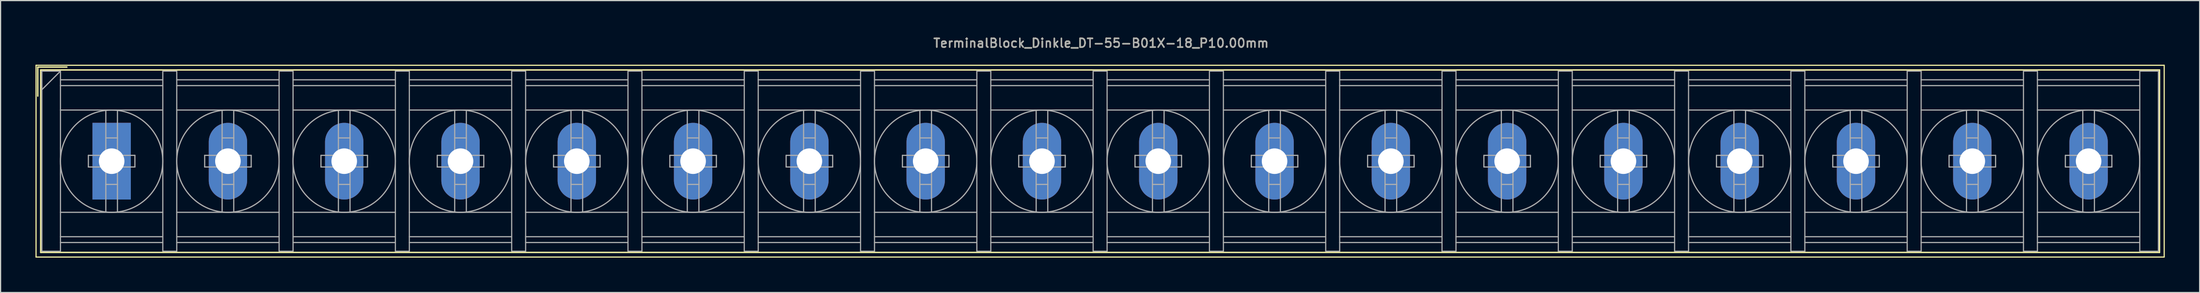
<source format=kicad_pcb>
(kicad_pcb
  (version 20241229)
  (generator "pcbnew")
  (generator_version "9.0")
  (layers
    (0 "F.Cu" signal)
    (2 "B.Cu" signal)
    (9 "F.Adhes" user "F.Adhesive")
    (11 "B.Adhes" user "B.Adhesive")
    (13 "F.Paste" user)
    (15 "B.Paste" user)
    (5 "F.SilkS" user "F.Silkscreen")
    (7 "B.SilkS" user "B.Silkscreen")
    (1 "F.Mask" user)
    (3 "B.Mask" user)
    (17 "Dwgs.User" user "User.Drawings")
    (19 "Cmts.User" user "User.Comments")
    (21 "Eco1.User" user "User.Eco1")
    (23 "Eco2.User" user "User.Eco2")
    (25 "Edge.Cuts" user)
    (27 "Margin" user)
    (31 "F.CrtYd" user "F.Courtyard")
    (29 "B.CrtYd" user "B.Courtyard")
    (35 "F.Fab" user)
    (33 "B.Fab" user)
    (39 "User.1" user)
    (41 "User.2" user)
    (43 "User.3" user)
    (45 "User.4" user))
  (footprint "TerminalBlock_Dinkle_DT-55-B01X-18_P10.00mm"
    (layer "F.Cu")
    (at 6.55 10.818)
    (property "Reference" "TerminalBlock_Dinkle_DT-55-B01X-18_P10.00mm" (at 85.08 -10.16 0) (layer "F.SilkS") (effects (font (size 0.75 0.75) (thickness 0.125))))
    (attr through_hole)
    (fp_line (start -6.5 -8.25) (end 176.5 -8.25) (stroke (width 0.1) (type solid)) (layer "F.SilkS"))
    (fp_line (start -6.5 8.25) (end -6.5 -8.25) (stroke (width 0.1) (type solid)) (layer "F.SilkS"))
    (fp_line (start -6.5 8.25) (end 176.5 8.25) (stroke (width 0.1) (type solid)) (layer "F.SilkS"))
    (fp_line (start -6.35 -8.1) (end -3.85 -8.1) (stroke (width 0.12) (type solid)) (layer "F.SilkS"))
    (fp_line (start -6.35 -5.6) (end -6.35 -8.1) (stroke (width 0.12) (type solid)) (layer "F.SilkS"))
    (fp_line (start -6.1 -7.85) (end 176.1 -7.85) (stroke (width 0.12) (type solid)) (layer "F.SilkS"))
    (fp_line (start -6.1 7.85) (end -6.1 -7.85) (stroke (width 0.12) (type solid)) (layer "F.SilkS"))
    (fp_line (start -6.1 7.85) (end 176.1 7.85) (stroke (width 0.12) (type solid)) (layer "F.SilkS"))
    (fp_line (start 176.1 -7.85) (end 176.1 7.85) (stroke (width 0.12) (type solid)) (layer "F.SilkS"))
    (fp_line (start 176.5 -8.25) (end 176.5 8.25) (stroke (width 0.1) (type solid)) (layer "F.SilkS"))
    (fp_line (start -6 -7.75) (end -6 7.75) (stroke (width 0.1) (type solid)) (layer "F.Fab"))
    (fp_line (start -6 -7.75) (end -4.4 -7.75) (stroke (width 0.1) (type solid)) (layer "F.Fab"))
    (fp_line (start -6 7.75) (end -4.4 7.75) (stroke (width 0.1) (type solid)) (layer "F.Fab"))
    (fp_line (start -4.4 -7.75) (end -6 -6.15) (stroke (width 0.1) (type solid)) (layer "F.Fab"))
    (fp_line (start -4.4 -7.75) (end -4.4 7.75) (stroke (width 0.1) (type solid)) (layer "F.Fab"))
    (fp_line (start -4.4 -7) (end 4.4 -7) (stroke (width 0.1) (type solid)) (layer "F.Fab"))
    (fp_line (start -4.4 -6.5) (end 4.4 -6.5) (stroke (width 0.1) (type solid)) (layer "F.Fab"))
    (fp_line (start -4.4 -4.4) (end 4.4 -4.4) (stroke (width 0.1) (type solid)) (layer "F.Fab"))
    (fp_line (start -4.4 4.4) (end 4.4 4.4) (stroke (width 0.1) (type solid)) (layer "F.Fab"))
    (fp_line (start -4.4 6.5) (end 4.4 6.5) (stroke (width 0.1) (type solid)) (layer "F.Fab"))
    (fp_line (start -4.4 7) (end 4.4 7) (stroke (width 0.1) (type solid)) (layer "F.Fab"))
    (fp_line (start -2 -0.5) (end -2 0.5) (stroke (width 0.1) (type solid)) (layer "F.Fab"))
    (fp_line (start -2 0.5) (end -0.5 0.5) (stroke (width 0.1) (type solid)) (layer "F.Fab"))
    (fp_line (start -0.5 -4.35) (end -0.5 -0.5) (stroke (width 0.1) (type solid)) (layer "F.Fab"))
    (fp_line (start -0.5 -2) (end 0.5 -2) (stroke (width 0.1) (type solid)) (layer "F.Fab"))
    (fp_line (start -0.5 -0.5) (end -2 -0.5) (stroke (width 0.1) (type solid)) (layer "F.Fab"))
    (fp_line (start -0.5 0.5) (end -0.5 4.35) (stroke (width 0.1) (type solid)) (layer "F.Fab"))
    (fp_line (start -0.5 2) (end 0.5 2) (stroke (width 0.1) (type solid)) (layer "F.Fab"))
    (fp_line (start 0.5 -4.35) (end 0.5 -0.5) (stroke (width 0.1) (type solid)) (layer "F.Fab"))
    (fp_line (start 0.5 -0.5) (end 2 -0.5) (stroke (width 0.1) (type solid)) (layer "F.Fab"))
    (fp_line (start 0.5 0.5) (end 0.5 4.35) (stroke (width 0.1) (type solid)) (layer "F.Fab"))
    (fp_line (start 2 -0.5) (end 2 0.5) (stroke (width 0.1) (type solid)) (layer "F.Fab"))
    (fp_line (start 2 0.5) (end 0.5 0.5) (stroke (width 0.1) (type solid)) (layer "F.Fab"))
    (fp_line (start 4.4 -7.75) (end 4.4 7.75) (stroke (width 0.1) (type solid)) (layer "F.Fab"))
    (fp_line (start 4.4 -7.75) (end 5.6 -7.75) (stroke (width 0.1) (type solid)) (layer "F.Fab"))
    (fp_line (start 4.4 7.75) (end 5.6 7.75) (stroke (width 0.1) (type solid)) (layer "F.Fab"))
    (fp_line (start 5.6 -7.75) (end 5.6 7.75) (stroke (width 0.1) (type solid)) (layer "F.Fab"))
    (fp_line (start 5.6 -7) (end 14.4 -7) (stroke (width 0.1) (type solid)) (layer "F.Fab"))
    (fp_line (start 5.6 -6.5) (end 14.4 -6.5) (stroke (width 0.1) (type solid)) (layer "F.Fab"))
    (fp_line (start 5.6 -4.4) (end 14.4 -4.4) (stroke (width 0.1) (type solid)) (layer "F.Fab"))
    (fp_line (start 5.6 4.4) (end 14.4 4.4) (stroke (width 0.1) (type solid)) (layer "F.Fab"))
    (fp_line (start 5.6 6.5) (end 14.4 6.5) (stroke (width 0.1) (type solid)) (layer "F.Fab"))
    (fp_line (start 5.6 7) (end 14.4 7) (stroke (width 0.1) (type solid)) (layer "F.Fab"))
    (fp_line (start 8 -0.5) (end 8 0.5) (stroke (width 0.1) (type solid)) (layer "F.Fab"))
    (fp_line (start 8 0.5) (end 9.5 0.5) (stroke (width 0.1) (type solid)) (layer "F.Fab"))
    (fp_line (start 9.5 -4.35) (end 9.5 -0.5) (stroke (width 0.1) (type solid)) (layer "F.Fab"))
    (fp_line (start 9.5 -2) (end 10.5 -2) (stroke (width 0.1) (type solid)) (layer "F.Fab"))
    (fp_line (start 9.5 -0.5) (end 8 -0.5) (stroke (width 0.1) (type solid)) (layer "F.Fab"))
    (fp_line (start 9.5 0.5) (end 9.5 4.35) (stroke (width 0.1) (type solid)) (layer "F.Fab"))
    (fp_line (start 9.5 2) (end 10.5 2) (stroke (width 0.1) (type solid)) (layer "F.Fab"))
    (fp_line (start 10.5 -4.35) (end 10.5 -0.5) (stroke (width 0.1) (type solid)) (layer "F.Fab"))
    (fp_line (start 10.5 -0.5) (end 12 -0.5) (stroke (width 0.1) (type solid)) (layer "F.Fab"))
    (fp_line (start 10.5 0.5) (end 10.5 4.35) (stroke (width 0.1) (type solid)) (layer "F.Fab"))
    (fp_line (start 12 -0.5) (end 12 0.5) (stroke (width 0.1) (type solid)) (layer "F.Fab"))
    (fp_line (start 12 0.5) (end 10.5 0.5) (stroke (width 0.1) (type solid)) (layer "F.Fab"))
    (fp_line (start 14.4 -7.75) (end 14.4 7.75) (stroke (width 0.1) (type solid)) (layer "F.Fab"))
    (fp_line (start 14.4 -7.75) (end 15.6 -7.75) (stroke (width 0.1) (type solid)) (layer "F.Fab"))
    (fp_line (start 14.4 7.75) (end 15.6 7.75) (stroke (width 0.1) (type solid)) (layer "F.Fab"))
    (fp_line (start 15.6 -7.75) (end 15.6 7.75) (stroke (width 0.1) (type solid)) (layer "F.Fab"))
    (fp_line (start 15.6 -7) (end 24.4 -7) (stroke (width 0.1) (type solid)) (layer "F.Fab"))
    (fp_line (start 15.6 -6.5) (end 24.4 -6.5) (stroke (width 0.1) (type solid)) (layer "F.Fab"))
    (fp_line (start 15.6 -4.4) (end 24.4 -4.4) (stroke (width 0.1) (type solid)) (layer "F.Fab"))
    (fp_line (start 15.6 4.4) (end 24.4 4.4) (stroke (width 0.1) (type solid)) (layer "F.Fab"))
    (fp_line (start 15.6 6.5) (end 24.4 6.5) (stroke (width 0.1) (type solid)) (layer "F.Fab"))
    (fp_line (start 15.6 7) (end 24.4 7) (stroke (width 0.1) (type solid)) (layer "F.Fab"))
    (fp_line (start 18 -0.5) (end 18 0.5) (stroke (width 0.1) (type solid)) (layer "F.Fab"))
    (fp_line (start 18 0.5) (end 19.5 0.5) (stroke (width 0.1) (type solid)) (layer "F.Fab"))
    (fp_line (start 19.5 -4.35) (end 19.5 -0.5) (stroke (width 0.1) (type solid)) (layer "F.Fab"))
    (fp_line (start 19.5 -2) (end 20.5 -2) (stroke (width 0.1) (type solid)) (layer "F.Fab"))
    (fp_line (start 19.5 -0.5) (end 18 -0.5) (stroke (width 0.1) (type solid)) (layer "F.Fab"))
    (fp_line (start 19.5 0.5) (end 19.5 4.35) (stroke (width 0.1) (type solid)) (layer "F.Fab"))
    (fp_line (start 19.5 2) (end 20.5 2) (stroke (width 0.1) (type solid)) (layer "F.Fab"))
    (fp_line (start 20.5 -4.35) (end 20.5 -0.5) (stroke (width 0.1) (type solid)) (layer "F.Fab"))
    (fp_line (start 20.5 -0.5) (end 22 -0.5) (stroke (width 0.1) (type solid)) (layer "F.Fab"))
    (fp_line (start 20.5 0.5) (end 20.5 4.35) (stroke (width 0.1) (type solid)) (layer "F.Fab"))
    (fp_line (start 22 -0.5) (end 22 0.5) (stroke (width 0.1) (type solid)) (layer "F.Fab"))
    (fp_line (start 22 0.5) (end 20.5 0.5) (stroke (width 0.1) (type solid)) (layer "F.Fab"))
    (fp_line (start 24.4 -7.75) (end 24.4 7.75) (stroke (width 0.1) (type solid)) (layer "F.Fab"))
    (fp_line (start 24.4 -7.75) (end 25.6 -7.75) (stroke (width 0.1) (type solid)) (layer "F.Fab"))
    (fp_line (start 24.4 7.75) (end 25.6 7.75) (stroke (width 0.1) (type solid)) (layer "F.Fab"))
    (fp_line (start 25.6 -7.75) (end 25.6 7.75) (stroke (width 0.1) (type solid)) (layer "F.Fab"))
    (fp_line (start 25.6 -7) (end 34.4 -7) (stroke (width 0.1) (type solid)) (layer "F.Fab"))
    (fp_line (start 25.6 -6.5) (end 34.4 -6.5) (stroke (width 0.1) (type solid)) (layer "F.Fab"))
    (fp_line (start 25.6 -4.4) (end 34.4 -4.4) (stroke (width 0.1) (type solid)) (layer "F.Fab"))
    (fp_line (start 25.6 4.4) (end 34.4 4.4) (stroke (width 0.1) (type solid)) (layer "F.Fab"))
    (fp_line (start 25.6 6.5) (end 34.4 6.5) (stroke (width 0.1) (type solid)) (layer "F.Fab"))
    (fp_line (start 25.6 7) (end 34.4 7) (stroke (width 0.1) (type solid)) (layer "F.Fab"))
    (fp_line (start 28 -0.5) (end 28 0.5) (stroke (width 0.1) (type solid)) (layer "F.Fab"))
    (fp_line (start 28 0.5) (end 29.5 0.5) (stroke (width 0.1) (type solid)) (layer "F.Fab"))
    (fp_line (start 29.5 -4.35) (end 29.5 -0.5) (stroke (width 0.1) (type solid)) (layer "F.Fab"))
    (fp_line (start 29.5 -2) (end 30.5 -2) (stroke (width 0.1) (type solid)) (layer "F.Fab"))
    (fp_line (start 29.5 -0.5) (end 28 -0.5) (stroke (width 0.1) (type solid)) (layer "F.Fab"))
    (fp_line (start 29.5 0.5) (end 29.5 4.35) (stroke (width 0.1) (type solid)) (layer "F.Fab"))
    (fp_line (start 29.5 2) (end 30.5 2) (stroke (width 0.1) (type solid)) (layer "F.Fab"))
    (fp_line (start 30.5 -4.35) (end 30.5 -0.5) (stroke (width 0.1) (type solid)) (layer "F.Fab"))
    (fp_line (start 30.5 -0.5) (end 32 -0.5) (stroke (width 0.1) (type solid)) (layer "F.Fab"))
    (fp_line (start 30.5 0.5) (end 30.5 4.35) (stroke (width 0.1) (type solid)) (layer "F.Fab"))
    (fp_line (start 32 -0.5) (end 32 0.5) (stroke (width 0.1) (type solid)) (layer "F.Fab"))
    (fp_line (start 32 0.5) (end 30.5 0.5) (stroke (width 0.1) (type solid)) (layer "F.Fab"))
    (fp_line (start 34.4 -7.75) (end 34.4 7.75) (stroke (width 0.1) (type solid)) (layer "F.Fab"))
    (fp_line (start 34.4 -7.75) (end 35.6 -7.75) (stroke (width 0.1) (type solid)) (layer "F.Fab"))
    (fp_line (start 34.4 7.75) (end 35.6 7.75) (stroke (width 0.1) (type solid)) (layer "F.Fab"))
    (fp_line (start 35.6 -7.75) (end 35.6 7.75) (stroke (width 0.1) (type solid)) (layer "F.Fab"))
    (fp_line (start 35.6 -7) (end 44.4 -7) (stroke (width 0.1) (type solid)) (layer "F.Fab"))
    (fp_line (start 35.6 -6.5) (end 44.4 -6.5) (stroke (width 0.1) (type solid)) (layer "F.Fab"))
    (fp_line (start 35.6 -4.4) (end 44.4 -4.4) (stroke (width 0.1) (type solid)) (layer "F.Fab"))
    (fp_line (start 35.6 4.4) (end 44.4 4.4) (stroke (width 0.1) (type solid)) (layer "F.Fab"))
    (fp_line (start 35.6 6.5) (end 44.4 6.5) (stroke (width 0.1) (type solid)) (layer "F.Fab"))
    (fp_line (start 35.6 7) (end 44.4 7) (stroke (width 0.1) (type solid)) (layer "F.Fab"))
    (fp_line (start 38 -0.5) (end 38 0.5) (stroke (width 0.1) (type solid)) (layer "F.Fab"))
    (fp_line (start 38 0.5) (end 39.5 0.5) (stroke (width 0.1) (type solid)) (layer "F.Fab"))
    (fp_line (start 39.5 -4.35) (end 39.5 -0.5) (stroke (width 0.1) (type solid)) (layer "F.Fab"))
    (fp_line (start 39.5 -2) (end 40.5 -2) (stroke (width 0.1) (type solid)) (layer "F.Fab"))
    (fp_line (start 39.5 -0.5) (end 38 -0.5) (stroke (width 0.1) (type solid)) (layer "F.Fab"))
    (fp_line (start 39.5 0.5) (end 39.5 4.35) (stroke (width 0.1) (type solid)) (layer "F.Fab"))
    (fp_line (start 39.5 2) (end 40.5 2) (stroke (width 0.1) (type solid)) (layer "F.Fab"))
    (fp_line (start 40.5 -4.35) (end 40.5 -0.5) (stroke (width 0.1) (type solid)) (layer "F.Fab"))
    (fp_line (start 40.5 -0.5) (end 42 -0.5) (stroke (width 0.1) (type solid)) (layer "F.Fab"))
    (fp_line (start 40.5 0.5) (end 40.5 4.35) (stroke (width 0.1) (type solid)) (layer "F.Fab"))
    (fp_line (start 42 -0.5) (end 42 0.5) (stroke (width 0.1) (type solid)) (layer "F.Fab"))
    (fp_line (start 42 0.5) (end 40.5 0.5) (stroke (width 0.1) (type solid)) (layer "F.Fab"))
    (fp_line (start 44.4 -7.75) (end 44.4 7.75) (stroke (width 0.1) (type solid)) (layer "F.Fab"))
    (fp_line (start 44.4 -7.75) (end 45.6 -7.75) (stroke (width 0.1) (type solid)) (layer "F.Fab"))
    (fp_line (start 44.4 7.75) (end 45.6 7.75) (stroke (width 0.1) (type solid)) (layer "F.Fab"))
    (fp_line (start 45.6 -7.75) (end 45.6 7.75) (stroke (width 0.1) (type solid)) (layer "F.Fab"))
    (fp_line (start 45.6 -7) (end 54.4 -7) (stroke (width 0.1) (type solid)) (layer "F.Fab"))
    (fp_line (start 45.6 -6.5) (end 54.4 -6.5) (stroke (width 0.1) (type solid)) (layer "F.Fab"))
    (fp_line (start 45.6 -4.4) (end 54.4 -4.4) (stroke (width 0.1) (type solid)) (layer "F.Fab"))
    (fp_line (start 45.6 4.4) (end 54.4 4.4) (stroke (width 0.1) (type solid)) (layer "F.Fab"))
    (fp_line (start 45.6 6.5) (end 54.4 6.5) (stroke (width 0.1) (type solid)) (layer "F.Fab"))
    (fp_line (start 45.6 7) (end 54.4 7) (stroke (width 0.1) (type solid)) (layer "F.Fab"))
    (fp_line (start 48 -0.5) (end 48 0.5) (stroke (width 0.1) (type solid)) (layer "F.Fab"))
    (fp_line (start 48 0.5) (end 49.5 0.5) (stroke (width 0.1) (type solid)) (layer "F.Fab"))
    (fp_line (start 49.5 -4.35) (end 49.5 -0.5) (stroke (width 0.1) (type solid)) (layer "F.Fab"))
    (fp_line (start 49.5 -2) (end 50.5 -2) (stroke (width 0.1) (type solid)) (layer "F.Fab"))
    (fp_line (start 49.5 -0.5) (end 48 -0.5) (stroke (width 0.1) (type solid)) (layer "F.Fab"))
    (fp_line (start 49.5 0.5) (end 49.5 4.35) (stroke (width 0.1) (type solid)) (layer "F.Fab"))
    (fp_line (start 49.5 2) (end 50.5 2) (stroke (width 0.1) (type solid)) (layer "F.Fab"))
    (fp_line (start 50.5 -4.35) (end 50.5 -0.5) (stroke (width 0.1) (type solid)) (layer "F.Fab"))
    (fp_line (start 50.5 -0.5) (end 52 -0.5) (stroke (width 0.1) (type solid)) (layer "F.Fab"))
    (fp_line (start 50.5 0.5) (end 50.5 4.35) (stroke (width 0.1) (type solid)) (layer "F.Fab"))
    (fp_line (start 52 -0.5) (end 52 0.5) (stroke (width 0.1) (type solid)) (layer "F.Fab"))
    (fp_line (start 52 0.5) (end 50.5 0.5) (stroke (width 0.1) (type solid)) (layer "F.Fab"))
    (fp_line (start 54.4 -7.75) (end 54.4 7.75) (stroke (width 0.1) (type solid)) (layer "F.Fab"))
    (fp_line (start 54.4 -7.75) (end 55.6 -7.75) (stroke (width 0.1) (type solid)) (layer "F.Fab"))
    (fp_line (start 54.4 7.75) (end 55.6 7.75) (stroke (width 0.1) (type solid)) (layer "F.Fab"))
    (fp_line (start 55.6 -7.75) (end 55.6 7.75) (stroke (width 0.1) (type solid)) (layer "F.Fab"))
    (fp_line (start 55.6 -7) (end 64.4 -7) (stroke (width 0.1) (type solid)) (layer "F.Fab"))
    (fp_line (start 55.6 -6.5) (end 64.4 -6.5) (stroke (width 0.1) (type solid)) (layer "F.Fab"))
    (fp_line (start 55.6 -4.4) (end 64.4 -4.4) (stroke (width 0.1) (type solid)) (layer "F.Fab"))
    (fp_line (start 55.6 4.4) (end 64.4 4.4) (stroke (width 0.1) (type solid)) (layer "F.Fab"))
    (fp_line (start 55.6 6.5) (end 64.4 6.5) (stroke (width 0.1) (type solid)) (layer "F.Fab"))
    (fp_line (start 55.6 7) (end 64.4 7) (stroke (width 0.1) (type solid)) (layer "F.Fab"))
    (fp_line (start 58 -0.5) (end 58 0.5) (stroke (width 0.1) (type solid)) (layer "F.Fab"))
    (fp_line (start 58 0.5) (end 59.5 0.5) (stroke (width 0.1) (type solid)) (layer "F.Fab"))
    (fp_line (start 59.5 -4.35) (end 59.5 -0.5) (stroke (width 0.1) (type solid)) (layer "F.Fab"))
    (fp_line (start 59.5 -2) (end 60.5 -2) (stroke (width 0.1) (type solid)) (layer "F.Fab"))
    (fp_line (start 59.5 -0.5) (end 58 -0.5) (stroke (width 0.1) (type solid)) (layer "F.Fab"))
    (fp_line (start 59.5 0.5) (end 59.5 4.35) (stroke (width 0.1) (type solid)) (layer "F.Fab"))
    (fp_line (start 59.5 2) (end 60.5 2) (stroke (width 0.1) (type solid)) (layer "F.Fab"))
    (fp_line (start 60.5 -4.35) (end 60.5 -0.5) (stroke (width 0.1) (type solid)) (layer "F.Fab"))
    (fp_line (start 60.5 -0.5) (end 62 -0.5) (stroke (width 0.1) (type solid)) (layer "F.Fab"))
    (fp_line (start 60.5 0.5) (end 60.5 4.35) (stroke (width 0.1) (type solid)) (layer "F.Fab"))
    (fp_line (start 62 -0.5) (end 62 0.5) (stroke (width 0.1) (type solid)) (layer "F.Fab"))
    (fp_line (start 62 0.5) (end 60.5 0.5) (stroke (width 0.1) (type solid)) (layer "F.Fab"))
    (fp_line (start 64.4 -7.75) (end 64.4 7.75) (stroke (width 0.1) (type solid)) (layer "F.Fab"))
    (fp_line (start 64.4 -7.75) (end 65.6 -7.75) (stroke (width 0.1) (type solid)) (layer "F.Fab"))
    (fp_line (start 64.4 7.75) (end 65.6 7.75) (stroke (width 0.1) (type solid)) (layer "F.Fab"))
    (fp_line (start 65.6 -7.75) (end 65.6 7.75) (stroke (width 0.1) (type solid)) (layer "F.Fab"))
    (fp_line (start 65.6 -7) (end 74.4 -7) (stroke (width 0.1) (type solid)) (layer "F.Fab"))
    (fp_line (start 65.6 -6.5) (end 74.4 -6.5) (stroke (width 0.1) (type solid)) (layer "F.Fab"))
    (fp_line (start 65.6 -4.4) (end 74.4 -4.4) (stroke (width 0.1) (type solid)) (layer "F.Fab"))
    (fp_line (start 65.6 4.4) (end 74.4 4.4) (stroke (width 0.1) (type solid)) (layer "F.Fab"))
    (fp_line (start 65.6 6.5) (end 74.4 6.5) (stroke (width 0.1) (type solid)) (layer "F.Fab"))
    (fp_line (start 65.6 7) (end 74.4 7) (stroke (width 0.1) (type solid)) (layer "F.Fab"))
    (fp_line (start 68 -0.5) (end 68 0.5) (stroke (width 0.1) (type solid)) (layer "F.Fab"))
    (fp_line (start 68 0.5) (end 69.5 0.5) (stroke (width 0.1) (type solid)) (layer "F.Fab"))
    (fp_line (start 69.5 -4.35) (end 69.5 -0.5) (stroke (width 0.1) (type solid)) (layer "F.Fab"))
    (fp_line (start 69.5 -2) (end 70.5 -2) (stroke (width 0.1) (type solid)) (layer "F.Fab"))
    (fp_line (start 69.5 -0.5) (end 68 -0.5) (stroke (width 0.1) (type solid)) (layer "F.Fab"))
    (fp_line (start 69.5 0.5) (end 69.5 4.35) (stroke (width 0.1) (type solid)) (layer "F.Fab"))
    (fp_line (start 69.5 2) (end 70.5 2) (stroke (width 0.1) (type solid)) (layer "F.Fab"))
    (fp_line (start 70.5 -4.35) (end 70.5 -0.5) (stroke (width 0.1) (type solid)) (layer "F.Fab"))
    (fp_line (start 70.5 -0.5) (end 72 -0.5) (stroke (width 0.1) (type solid)) (layer "F.Fab"))
    (fp_line (start 70.5 0.5) (end 70.5 4.35) (stroke (width 0.1) (type solid)) (layer "F.Fab"))
    (fp_line (start 72 -0.5) (end 72 0.5) (stroke (width 0.1) (type solid)) (layer "F.Fab"))
    (fp_line (start 72 0.5) (end 70.5 0.5) (stroke (width 0.1) (type solid)) (layer "F.Fab"))
    (fp_line (start 74.4 -7.75) (end 74.4 7.75) (stroke (width 0.1) (type solid)) (layer "F.Fab"))
    (fp_line (start 74.4 -7.75) (end 75.6 -7.75) (stroke (width 0.1) (type solid)) (layer "F.Fab"))
    (fp_line (start 74.4 7.75) (end 75.6 7.75) (stroke (width 0.1) (type solid)) (layer "F.Fab"))
    (fp_line (start 75.6 -7.75) (end 75.6 7.75) (stroke (width 0.1) (type solid)) (layer "F.Fab"))
    (fp_line (start 75.6 -7) (end 84.4 -7) (stroke (width 0.1) (type solid)) (layer "F.Fab"))
    (fp_line (start 75.6 -6.5) (end 84.4 -6.5) (stroke (width 0.1) (type solid)) (layer "F.Fab"))
    (fp_line (start 75.6 -4.4) (end 84.4 -4.4) (stroke (width 0.1) (type solid)) (layer "F.Fab"))
    (fp_line (start 75.6 4.4) (end 84.4 4.4) (stroke (width 0.1) (type solid)) (layer "F.Fab"))
    (fp_line (start 75.6 6.5) (end 84.4 6.5) (stroke (width 0.1) (type solid)) (layer "F.Fab"))
    (fp_line (start 75.6 7) (end 84.4 7) (stroke (width 0.1) (type solid)) (layer "F.Fab"))
    (fp_line (start 78 -0.5) (end 78 0.5) (stroke (width 0.1) (type solid)) (layer "F.Fab"))
    (fp_line (start 78 0.5) (end 79.5 0.5) (stroke (width 0.1) (type solid)) (layer "F.Fab"))
    (fp_line (start 79.5 -4.35) (end 79.5 -0.5) (stroke (width 0.1) (type solid)) (layer "F.Fab"))
    (fp_line (start 79.5 -2) (end 80.5 -2) (stroke (width 0.1) (type solid)) (layer "F.Fab"))
    (fp_line (start 79.5 -0.5) (end 78 -0.5) (stroke (width 0.1) (type solid)) (layer "F.Fab"))
    (fp_line (start 79.5 0.5) (end 79.5 4.35) (stroke (width 0.1) (type solid)) (layer "F.Fab"))
    (fp_line (start 79.5 2) (end 80.5 2) (stroke (width 0.1) (type solid)) (layer "F.Fab"))
    (fp_line (start 80.5 -4.35) (end 80.5 -0.5) (stroke (width 0.1) (type solid)) (layer "F.Fab"))
    (fp_line (start 80.5 -0.5) (end 82 -0.5) (stroke (width 0.1) (type solid)) (layer "F.Fab"))
    (fp_line (start 80.5 0.5) (end 80.5 4.35) (stroke (width 0.1) (type solid)) (layer "F.Fab"))
    (fp_line (start 82 -0.5) (end 82 0.5) (stroke (width 0.1) (type solid)) (layer "F.Fab"))
    (fp_line (start 82 0.5) (end 80.5 0.5) (stroke (width 0.1) (type solid)) (layer "F.Fab"))
    (fp_line (start 84.4 -7.75) (end 84.4 7.75) (stroke (width 0.1) (type solid)) (layer "F.Fab"))
    (fp_line (start 84.4 -7.75) (end 85.6 -7.75) (stroke (width 0.1) (type solid)) (layer "F.Fab"))
    (fp_line (start 84.4 7.75) (end 85.6 7.75) (stroke (width 0.1) (type solid)) (layer "F.Fab"))
    (fp_line (start 85.6 -7.75) (end 85.6 7.75) (stroke (width 0.1) (type solid)) (layer "F.Fab"))
    (fp_line (start 85.6 -7) (end 94.4 -7) (stroke (width 0.1) (type solid)) (layer "F.Fab"))
    (fp_line (start 85.6 -6.5) (end 94.4 -6.5) (stroke (width 0.1) (type solid)) (layer "F.Fab"))
    (fp_line (start 85.6 -4.4) (end 94.4 -4.4) (stroke (width 0.1) (type solid)) (layer "F.Fab"))
    (fp_line (start 85.6 4.4) (end 94.4 4.4) (stroke (width 0.1) (type solid)) (layer "F.Fab"))
    (fp_line (start 85.6 6.5) (end 94.4 6.5) (stroke (width 0.1) (type solid)) (layer "F.Fab"))
    (fp_line (start 85.6 7) (end 94.4 7) (stroke (width 0.1) (type solid)) (layer "F.Fab"))
    (fp_line (start 88 -0.5) (end 88 0.5) (stroke (width 0.1) (type solid)) (layer "F.Fab"))
    (fp_line (start 88 0.5) (end 89.5 0.5) (stroke (width 0.1) (type solid)) (layer "F.Fab"))
    (fp_line (start 89.5 -4.35) (end 89.5 -0.5) (stroke (width 0.1) (type solid)) (layer "F.Fab"))
    (fp_line (start 89.5 -2) (end 90.5 -2) (stroke (width 0.1) (type solid)) (layer "F.Fab"))
    (fp_line (start 89.5 -0.5) (end 88 -0.5) (stroke (width 0.1) (type solid)) (layer "F.Fab"))
    (fp_line (start 89.5 0.5) (end 89.5 4.35) (stroke (width 0.1) (type solid)) (layer "F.Fab"))
    (fp_line (start 89.5 2) (end 90.5 2) (stroke (width 0.1) (type solid)) (layer "F.Fab"))
    (fp_line (start 90.5 -4.35) (end 90.5 -0.5) (stroke (width 0.1) (type solid)) (layer "F.Fab"))
    (fp_line (start 90.5 -0.5) (end 92 -0.5) (stroke (width 0.1) (type solid)) (layer "F.Fab"))
    (fp_line (start 90.5 0.5) (end 90.5 4.35) (stroke (width 0.1) (type solid)) (layer "F.Fab"))
    (fp_line (start 92 -0.5) (end 92 0.5) (stroke (width 0.1) (type solid)) (layer "F.Fab"))
    (fp_line (start 92 0.5) (end 90.5 0.5) (stroke (width 0.1) (type solid)) (layer "F.Fab"))
    (fp_line (start 94.4 -7.75) (end 94.4 7.75) (stroke (width 0.1) (type solid)) (layer "F.Fab"))
    (fp_line (start 94.4 -7.75) (end 95.6 -7.75) (stroke (width 0.1) (type solid)) (layer "F.Fab"))
    (fp_line (start 94.4 7.75) (end 95.6 7.75) (stroke (width 0.1) (type solid)) (layer "F.Fab"))
    (fp_line (start 95.6 -7.75) (end 95.6 7.75) (stroke (width 0.1) (type solid)) (layer "F.Fab"))
    (fp_line (start 95.6 -7) (end 104.4 -7) (stroke (width 0.1) (type solid)) (layer "F.Fab"))
    (fp_line (start 95.6 -6.5) (end 104.4 -6.5) (stroke (width 0.1) (type solid)) (layer "F.Fab"))
    (fp_line (start 95.6 -4.4) (end 104.4 -4.4) (stroke (width 0.1) (type solid)) (layer "F.Fab"))
    (fp_line (start 95.6 4.4) (end 104.4 4.4) (stroke (width 0.1) (type solid)) (layer "F.Fab"))
    (fp_line (start 95.6 6.5) (end 104.4 6.5) (stroke (width 0.1) (type solid)) (layer "F.Fab"))
    (fp_line (start 95.6 7) (end 104.4 7) (stroke (width 0.1) (type solid)) (layer "F.Fab"))
    (fp_line (start 98 -0.5) (end 98 0.5) (stroke (width 0.1) (type solid)) (layer "F.Fab"))
    (fp_line (start 98 0.5) (end 99.5 0.5) (stroke (width 0.1) (type solid)) (layer "F.Fab"))
    (fp_line (start 99.5 -4.35) (end 99.5 -0.5) (stroke (width 0.1) (type solid)) (layer "F.Fab"))
    (fp_line (start 99.5 -2) (end 100.5 -2) (stroke (width 0.1) (type solid)) (layer "F.Fab"))
    (fp_line (start 99.5 -0.5) (end 98 -0.5) (stroke (width 0.1) (type solid)) (layer "F.Fab"))
    (fp_line (start 99.5 0.5) (end 99.5 4.35) (stroke (width 0.1) (type solid)) (layer "F.Fab"))
    (fp_line (start 99.5 2) (end 100.5 2) (stroke (width 0.1) (type solid)) (layer "F.Fab"))
    (fp_line (start 100.5 -4.35) (end 100.5 -0.5) (stroke (width 0.1) (type solid)) (layer "F.Fab"))
    (fp_line (start 100.5 -0.5) (end 102 -0.5) (stroke (width 0.1) (type solid)) (layer "F.Fab"))
    (fp_line (start 100.5 0.5) (end 100.5 4.35) (stroke (width 0.1) (type solid)) (layer "F.Fab"))
    (fp_line (start 102 -0.5) (end 102 0.5) (stroke (width 0.1) (type solid)) (layer "F.Fab"))
    (fp_line (start 102 0.5) (end 100.5 0.5) (stroke (width 0.1) (type solid)) (layer "F.Fab"))
    (fp_line (start 104.4 -7.75) (end 104.4 7.75) (stroke (width 0.1) (type solid)) (layer "F.Fab"))
    (fp_line (start 104.4 -7.75) (end 105.6 -7.75) (stroke (width 0.1) (type solid)) (layer "F.Fab"))
    (fp_line (start 104.4 7.75) (end 105.6 7.75) (stroke (width 0.1) (type solid)) (layer "F.Fab"))
    (fp_line (start 105.6 -7.75) (end 105.6 7.75) (stroke (width 0.1) (type solid)) (layer "F.Fab"))
    (fp_line (start 105.6 -7) (end 114.4 -7) (stroke (width 0.1) (type solid)) (layer "F.Fab"))
    (fp_line (start 105.6 -6.5) (end 114.4 -6.5) (stroke (width 0.1) (type solid)) (layer "F.Fab"))
    (fp_line (start 105.6 -4.4) (end 114.4 -4.4) (stroke (width 0.1) (type solid)) (layer "F.Fab"))
    (fp_line (start 105.6 4.4) (end 114.4 4.4) (stroke (width 0.1) (type solid)) (layer "F.Fab"))
    (fp_line (start 105.6 6.5) (end 114.4 6.5) (stroke (width 0.1) (type solid)) (layer "F.Fab"))
    (fp_line (start 105.6 7) (end 114.4 7) (stroke (width 0.1) (type solid)) (layer "F.Fab"))
    (fp_line (start 108 -0.5) (end 108 0.5) (stroke (width 0.1) (type solid)) (layer "F.Fab"))
    (fp_line (start 108 0.5) (end 109.5 0.5) (stroke (width 0.1) (type solid)) (layer "F.Fab"))
    (fp_line (start 109.5 -4.35) (end 109.5 -0.5) (stroke (width 0.1) (type solid)) (layer "F.Fab"))
    (fp_line (start 109.5 -2) (end 110.5 -2) (stroke (width 0.1) (type solid)) (layer "F.Fab"))
    (fp_line (start 109.5 -0.5) (end 108 -0.5) (stroke (width 0.1) (type solid)) (layer "F.Fab"))
    (fp_line (start 109.5 0.5) (end 109.5 4.35) (stroke (width 0.1) (type solid)) (layer "F.Fab"))
    (fp_line (start 109.5 2) (end 110.5 2) (stroke (width 0.1) (type solid)) (layer "F.Fab"))
    (fp_line (start 110.5 -4.35) (end 110.5 -0.5) (stroke (width 0.1) (type solid)) (layer "F.Fab"))
    (fp_line (start 110.5 -0.5) (end 112 -0.5) (stroke (width 0.1) (type solid)) (layer "F.Fab"))
    (fp_line (start 110.5 0.5) (end 110.5 4.35) (stroke (width 0.1) (type solid)) (layer "F.Fab"))
    (fp_line (start 112 -0.5) (end 112 0.5) (stroke (width 0.1) (type solid)) (layer "F.Fab"))
    (fp_line (start 112 0.5) (end 110.5 0.5) (stroke (width 0.1) (type solid)) (layer "F.Fab"))
    (fp_line (start 114.4 -7.75) (end 114.4 7.75) (stroke (width 0.1) (type solid)) (layer "F.Fab"))
    (fp_line (start 114.4 -7.75) (end 115.6 -7.75) (stroke (width 0.1) (type solid)) (layer "F.Fab"))
    (fp_line (start 114.4 7.75) (end 115.6 7.75) (stroke (width 0.1) (type solid)) (layer "F.Fab"))
    (fp_line (start 115.6 -7.75) (end 115.6 7.75) (stroke (width 0.1) (type solid)) (layer "F.Fab"))
    (fp_line (start 115.6 -7) (end 124.4 -7) (stroke (width 0.1) (type solid)) (layer "F.Fab"))
    (fp_line (start 115.6 -6.5) (end 124.4 -6.5) (stroke (width 0.1) (type solid)) (layer "F.Fab"))
    (fp_line (start 115.6 -4.4) (end 124.4 -4.4) (stroke (width 0.1) (type solid)) (layer "F.Fab"))
    (fp_line (start 115.6 4.4) (end 124.4 4.4) (stroke (width 0.1) (type solid)) (layer "F.Fab"))
    (fp_line (start 115.6 6.5) (end 124.4 6.5) (stroke (width 0.1) (type solid)) (layer "F.Fab"))
    (fp_line (start 115.6 7) (end 124.4 7) (stroke (width 0.1) (type solid)) (layer "F.Fab"))
    (fp_line (start 118 -0.5) (end 118 0.5) (stroke (width 0.1) (type solid)) (layer "F.Fab"))
    (fp_line (start 118 0.5) (end 119.5 0.5) (stroke (width 0.1) (type solid)) (layer "F.Fab"))
    (fp_line (start 119.5 -4.35) (end 119.5 -0.5) (stroke (width 0.1) (type solid)) (layer "F.Fab"))
    (fp_line (start 119.5 -2) (end 120.5 -2) (stroke (width 0.1) (type solid)) (layer "F.Fab"))
    (fp_line (start 119.5 -0.5) (end 118 -0.5) (stroke (width 0.1) (type solid)) (layer "F.Fab"))
    (fp_line (start 119.5 0.5) (end 119.5 4.35) (stroke (width 0.1) (type solid)) (layer "F.Fab"))
    (fp_line (start 119.5 2) (end 120.5 2) (stroke (width 0.1) (type solid)) (layer "F.Fab"))
    (fp_line (start 120.5 -4.35) (end 120.5 -0.5) (stroke (width 0.1) (type solid)) (layer "F.Fab"))
    (fp_line (start 120.5 -0.5) (end 122 -0.5) (stroke (width 0.1) (type solid)) (layer "F.Fab"))
    (fp_line (start 120.5 0.5) (end 120.5 4.35) (stroke (width 0.1) (type solid)) (layer "F.Fab"))
    (fp_line (start 122 -0.5) (end 122 0.5) (stroke (width 0.1) (type solid)) (layer "F.Fab"))
    (fp_line (start 122 0.5) (end 120.5 0.5) (stroke (width 0.1) (type solid)) (layer "F.Fab"))
    (fp_line (start 124.4 -7.75) (end 124.4 7.75) (stroke (width 0.1) (type solid)) (layer "F.Fab"))
    (fp_line (start 124.4 -7.75) (end 125.6 -7.75) (stroke (width 0.1) (type solid)) (layer "F.Fab"))
    (fp_line (start 124.4 7.75) (end 125.6 7.75) (stroke (width 0.1) (type solid)) (layer "F.Fab"))
    (fp_line (start 125.6 -7.75) (end 125.6 7.75) (stroke (width 0.1) (type solid)) (layer "F.Fab"))
    (fp_line (start 125.6 -7) (end 134.4 -7) (stroke (width 0.1) (type solid)) (layer "F.Fab"))
    (fp_line (start 125.6 -6.5) (end 134.4 -6.5) (stroke (width 0.1) (type solid)) (layer "F.Fab"))
    (fp_line (start 125.6 -4.4) (end 134.4 -4.4) (stroke (width 0.1) (type solid)) (layer "F.Fab"))
    (fp_line (start 125.6 4.4) (end 134.4 4.4) (stroke (width 0.1) (type solid)) (layer "F.Fab"))
    (fp_line (start 125.6 6.5) (end 134.4 6.5) (stroke (width 0.1) (type solid)) (layer "F.Fab"))
    (fp_line (start 125.6 7) (end 134.4 7) (stroke (width 0.1) (type solid)) (layer "F.Fab"))
    (fp_line (start 128 -0.5) (end 128 0.5) (stroke (width 0.1) (type solid)) (layer "F.Fab"))
    (fp_line (start 128 0.5) (end 129.5 0.5) (stroke (width 0.1) (type solid)) (layer "F.Fab"))
    (fp_line (start 129.5 -4.35) (end 129.5 -0.5) (stroke (width 0.1) (type solid)) (layer "F.Fab"))
    (fp_line (start 129.5 -2) (end 130.5 -2) (stroke (width 0.1) (type solid)) (layer "F.Fab"))
    (fp_line (start 129.5 -0.5) (end 128 -0.5) (stroke (width 0.1) (type solid)) (layer "F.Fab"))
    (fp_line (start 129.5 0.5) (end 129.5 4.35) (stroke (width 0.1) (type solid)) (layer "F.Fab"))
    (fp_line (start 129.5 2) (end 130.5 2) (stroke (width 0.1) (type solid)) (layer "F.Fab"))
    (fp_line (start 130.5 -4.35) (end 130.5 -0.5) (stroke (width 0.1) (type solid)) (layer "F.Fab"))
    (fp_line (start 130.5 -0.5) (end 132 -0.5) (stroke (width 0.1) (type solid)) (layer "F.Fab"))
    (fp_line (start 130.5 0.5) (end 130.5 4.35) (stroke (width 0.1) (type solid)) (layer "F.Fab"))
    (fp_line (start 132 -0.5) (end 132 0.5) (stroke (width 0.1) (type solid)) (layer "F.Fab"))
    (fp_line (start 132 0.5) (end 130.5 0.5) (stroke (width 0.1) (type solid)) (layer "F.Fab"))
    (fp_line (start 134.4 -7.75) (end 134.4 7.75) (stroke (width 0.1) (type solid)) (layer "F.Fab"))
    (fp_line (start 134.4 -7.75) (end 135.6 -7.75) (stroke (width 0.1) (type solid)) (layer "F.Fab"))
    (fp_line (start 134.4 7.75) (end 135.6 7.75) (stroke (width 0.1) (type solid)) (layer "F.Fab"))
    (fp_line (start 135.6 -7.75) (end 135.6 7.75) (stroke (width 0.1) (type solid)) (layer "F.Fab"))
    (fp_line (start 135.6 -7) (end 144.4 -7) (stroke (width 0.1) (type solid)) (layer "F.Fab"))
    (fp_line (start 135.6 -6.5) (end 144.4 -6.5) (stroke (width 0.1) (type solid)) (layer "F.Fab"))
    (fp_line (start 135.6 -4.4) (end 144.4 -4.4) (stroke (width 0.1) (type solid)) (layer "F.Fab"))
    (fp_line (start 135.6 4.4) (end 144.4 4.4) (stroke (width 0.1) (type solid)) (layer "F.Fab"))
    (fp_line (start 135.6 6.5) (end 144.4 6.5) (stroke (width 0.1) (type solid)) (layer "F.Fab"))
    (fp_line (start 135.6 7) (end 144.4 7) (stroke (width 0.1) (type solid)) (layer "F.Fab"))
    (fp_line (start 138 -0.5) (end 138 0.5) (stroke (width 0.1) (type solid)) (layer "F.Fab"))
    (fp_line (start 138 0.5) (end 139.5 0.5) (stroke (width 0.1) (type solid)) (layer "F.Fab"))
    (fp_line (start 139.5 -4.35) (end 139.5 -0.5) (stroke (width 0.1) (type solid)) (layer "F.Fab"))
    (fp_line (start 139.5 -2) (end 140.5 -2) (stroke (width 0.1) (type solid)) (layer "F.Fab"))
    (fp_line (start 139.5 -0.5) (end 138 -0.5) (stroke (width 0.1) (type solid)) (layer "F.Fab"))
    (fp_line (start 139.5 0.5) (end 139.5 4.35) (stroke (width 0.1) (type solid)) (layer "F.Fab"))
    (fp_line (start 139.5 2) (end 140.5 2) (stroke (width 0.1) (type solid)) (layer "F.Fab"))
    (fp_line (start 140.5 -4.35) (end 140.5 -0.5) (stroke (width 0.1) (type solid)) (layer "F.Fab"))
    (fp_line (start 140.5 -0.5) (end 142 -0.5) (stroke (width 0.1) (type solid)) (layer "F.Fab"))
    (fp_line (start 140.5 0.5) (end 140.5 4.35) (stroke (width 0.1) (type solid)) (layer "F.Fab"))
    (fp_line (start 142 -0.5) (end 142 0.5) (stroke (width 0.1) (type solid)) (layer "F.Fab"))
    (fp_line (start 142 0.5) (end 140.5 0.5) (stroke (width 0.1) (type solid)) (layer "F.Fab"))
    (fp_line (start 144.4 -7.75) (end 144.4 7.75) (stroke (width 0.1) (type solid)) (layer "F.Fab"))
    (fp_line (start 144.4 -7.75) (end 145.6 -7.75) (stroke (width 0.1) (type solid)) (layer "F.Fab"))
    (fp_line (start 144.4 7.75) (end 145.6 7.75) (stroke (width 0.1) (type solid)) (layer "F.Fab"))
    (fp_line (start 145.6 -7.75) (end 145.6 7.75) (stroke (width 0.1) (type solid)) (layer "F.Fab"))
    (fp_line (start 145.6 -7) (end 154.4 -7) (stroke (width 0.1) (type solid)) (layer "F.Fab"))
    (fp_line (start 145.6 -6.5) (end 154.4 -6.5) (stroke (width 0.1) (type solid)) (layer "F.Fab"))
    (fp_line (start 145.6 -4.4) (end 154.4 -4.4) (stroke (width 0.1) (type solid)) (layer "F.Fab"))
    (fp_line (start 145.6 4.4) (end 154.4 4.4) (stroke (width 0.1) (type solid)) (layer "F.Fab"))
    (fp_line (start 145.6 6.5) (end 154.4 6.5) (stroke (width 0.1) (type solid)) (layer "F.Fab"))
    (fp_line (start 145.6 7) (end 154.4 7) (stroke (width 0.1) (type solid)) (layer "F.Fab"))
    (fp_line (start 148 -0.5) (end 148 0.5) (stroke (width 0.1) (type solid)) (layer "F.Fab"))
    (fp_line (start 148 0.5) (end 149.5 0.5) (stroke (width 0.1) (type solid)) (layer "F.Fab"))
    (fp_line (start 149.5 -4.35) (end 149.5 -0.5) (stroke (width 0.1) (type solid)) (layer "F.Fab"))
    (fp_line (start 149.5 -2) (end 150.5 -2) (stroke (width 0.1) (type solid)) (layer "F.Fab"))
    (fp_line (start 149.5 -0.5) (end 148 -0.5) (stroke (width 0.1) (type solid)) (layer "F.Fab"))
    (fp_line (start 149.5 0.5) (end 149.5 4.35) (stroke (width 0.1) (type solid)) (layer "F.Fab"))
    (fp_line (start 149.5 2) (end 150.5 2) (stroke (width 0.1) (type solid)) (layer "F.Fab"))
    (fp_line (start 150.5 -4.35) (end 150.5 -0.5) (stroke (width 0.1) (type solid)) (layer "F.Fab"))
    (fp_line (start 150.5 -0.5) (end 152 -0.5) (stroke (width 0.1) (type solid)) (layer "F.Fab"))
    (fp_line (start 150.5 0.5) (end 150.5 4.35) (stroke (width 0.1) (type solid)) (layer "F.Fab"))
    (fp_line (start 152 -0.5) (end 152 0.5) (stroke (width 0.1) (type solid)) (layer "F.Fab"))
    (fp_line (start 152 0.5) (end 150.5 0.5) (stroke (width 0.1) (type solid)) (layer "F.Fab"))
    (fp_line (start 154.4 -7.75) (end 154.4 7.75) (stroke (width 0.1) (type solid)) (layer "F.Fab"))
    (fp_line (start 154.4 -7.75) (end 155.6 -7.75) (stroke (width 0.1) (type solid)) (layer "F.Fab"))
    (fp_line (start 154.4 7.75) (end 155.6 7.75) (stroke (width 0.1) (type solid)) (layer "F.Fab"))
    (fp_line (start 155.6 -7.75) (end 155.6 7.75) (stroke (width 0.1) (type solid)) (layer "F.Fab"))
    (fp_line (start 155.6 -7) (end 164.4 -7) (stroke (width 0.1) (type solid)) (layer "F.Fab"))
    (fp_line (start 155.6 -6.5) (end 164.4 -6.5) (stroke (width 0.1) (type solid)) (layer "F.Fab"))
    (fp_line (start 155.6 -4.4) (end 164.4 -4.4) (stroke (width 0.1) (type solid)) (layer "F.Fab"))
    (fp_line (start 155.6 4.4) (end 164.4 4.4) (stroke (width 0.1) (type solid)) (layer "F.Fab"))
    (fp_line (start 155.6 6.5) (end 164.4 6.5) (stroke (width 0.1) (type solid)) (layer "F.Fab"))
    (fp_line (start 155.6 7) (end 164.4 7) (stroke (width 0.1) (type solid)) (layer "F.Fab"))
    (fp_line (start 158 -0.5) (end 158 0.5) (stroke (width 0.1) (type solid)) (layer "F.Fab"))
    (fp_line (start 158 0.5) (end 159.5 0.5) (stroke (width 0.1) (type solid)) (layer "F.Fab"))
    (fp_line (start 159.5 -4.35) (end 159.5 -0.5) (stroke (width 0.1) (type solid)) (layer "F.Fab"))
    (fp_line (start 159.5 -2) (end 160.5 -2) (stroke (width 0.1) (type solid)) (layer "F.Fab"))
    (fp_line (start 159.5 -0.5) (end 158 -0.5) (stroke (width 0.1) (type solid)) (layer "F.Fab"))
    (fp_line (start 159.5 0.5) (end 159.5 4.35) (stroke (width 0.1) (type solid)) (layer "F.Fab"))
    (fp_line (start 159.5 2) (end 160.5 2) (stroke (width 0.1) (type solid)) (layer "F.Fab"))
    (fp_line (start 160.5 -4.35) (end 160.5 -0.5) (stroke (width 0.1) (type solid)) (layer "F.Fab"))
    (fp_line (start 160.5 -0.5) (end 162 -0.5) (stroke (width 0.1) (type solid)) (layer "F.Fab"))
    (fp_line (start 160.5 0.5) (end 160.5 4.35) (stroke (width 0.1) (type solid)) (layer "F.Fab"))
    (fp_line (start 162 -0.5) (end 162 0.5) (stroke (width 0.1) (type solid)) (layer "F.Fab"))
    (fp_line (start 162 0.5) (end 160.5 0.5) (stroke (width 0.1) (type solid)) (layer "F.Fab"))
    (fp_line (start 164.4 -7.75) (end 164.4 7.75) (stroke (width 0.1) (type solid)) (layer "F.Fab"))
    (fp_line (start 164.4 -7.75) (end 165.6 -7.75) (stroke (width 0.1) (type solid)) (layer "F.Fab"))
    (fp_line (start 164.4 7.75) (end 165.6 7.75) (stroke (width 0.1) (type solid)) (layer "F.Fab"))
    (fp_line (start 165.6 -7.75) (end 165.6 7.75) (stroke (width 0.1) (type solid)) (layer "F.Fab"))
    (fp_line (start 165.6 -7) (end 174.4 -7) (stroke (width 0.1) (type solid)) (layer "F.Fab"))
    (fp_line (start 165.6 -6.5) (end 174.4 -6.5) (stroke (width 0.1) (type solid)) (layer "F.Fab"))
    (fp_line (start 165.6 -4.4) (end 174.4 -4.4) (stroke (width 0.1) (type solid)) (layer "F.Fab"))
    (fp_line (start 165.6 4.4) (end 174.4 4.4) (stroke (width 0.1) (type solid)) (layer "F.Fab"))
    (fp_line (start 165.6 6.5) (end 174.4 6.5) (stroke (width 0.1) (type solid)) (layer "F.Fab"))
    (fp_line (start 165.6 7) (end 174.4 7) (stroke (width 0.1) (type solid)) (layer "F.Fab"))
    (fp_line (start 168 -0.5) (end 168 0.5) (stroke (width 0.1) (type solid)) (layer "F.Fab"))
    (fp_line (start 168 0.5) (end 169.5 0.5) (stroke (width 0.1) (type solid)) (layer "F.Fab"))
    (fp_line (start 169.5 -4.35) (end 169.5 -0.5) (stroke (width 0.1) (type solid)) (layer "F.Fab"))
    (fp_line (start 169.5 -2) (end 170.5 -2) (stroke (width 0.1) (type solid)) (layer "F.Fab"))
    (fp_line (start 169.5 -0.5) (end 168 -0.5) (stroke (width 0.1) (type solid)) (layer "F.Fab"))
    (fp_line (start 169.5 0.5) (end 169.5 4.35) (stroke (width 0.1) (type solid)) (layer "F.Fab"))
    (fp_line (start 169.5 2) (end 170.5 2) (stroke (width 0.1) (type solid)) (layer "F.Fab"))
    (fp_line (start 170.5 -4.35) (end 170.5 -0.5) (stroke (width 0.1) (type solid)) (layer "F.Fab"))
    (fp_line (start 170.5 -0.5) (end 172 -0.5) (stroke (width 0.1) (type solid)) (layer "F.Fab"))
    (fp_line (start 170.5 0.5) (end 170.5 4.35) (stroke (width 0.1) (type solid)) (layer "F.Fab"))
    (fp_line (start 172 -0.5) (end 172 0.5) (stroke (width 0.1) (type solid)) (layer "F.Fab"))
    (fp_line (start 172 0.5) (end 170.5 0.5) (stroke (width 0.1) (type solid)) (layer "F.Fab"))
    (fp_line (start 174.4 -7.75) (end 174.4 7.75) (stroke (width 0.1) (type solid)) (layer "F.Fab"))
    (fp_line (start 174.4 -7.75) (end 176 -7.75) (stroke (width 0.1) (type solid)) (layer "F.Fab"))
    (fp_line (start 174.4 7.75) (end 176 7.75) (stroke (width 0.1) (type solid)) (layer "F.Fab"))
    (fp_line (start 176 -7.75) (end 176 7.75) (stroke (width 0.1) (type solid)) (layer "F.Fab"))
    (fp_circle (center 0 0) (end 0.5 0.5) (stroke (width 0.1) (type solid)) (fill no) (layer "F.Fab"))
    (fp_circle (center 0 0) (end 4.4 0) (stroke (width 0.1) (type solid)) (fill no) (layer "F.Fab"))
    (fp_circle (center 10 0) (end 10.5 0.5) (stroke (width 0.1) (type solid)) (fill no) (layer "F.Fab"))
    (fp_circle (center 10 0) (end 14.4 0) (stroke (width 0.1) (type solid)) (fill no) (layer "F.Fab"))
    (fp_circle (center 20 0) (end 20.5 0.5) (stroke (width 0.1) (type solid)) (fill no) (layer "F.Fab"))
    (fp_circle (center 20 0) (end 24.4 0) (stroke (width 0.1) (type solid)) (fill no) (layer "F.Fab"))
    (fp_circle (center 30 0) (end 30.5 0.5) (stroke (width 0.1) (type solid)) (fill no) (layer "F.Fab"))
    (fp_circle (center 30 0) (end 34.4 0) (stroke (width 0.1) (type solid)) (fill no) (layer "F.Fab"))
    (fp_circle (center 40 0) (end 40.5 0.5) (stroke (width 0.1) (type solid)) (fill no) (layer "F.Fab"))
    (fp_circle (center 40 0) (end 44.4 0) (stroke (width 0.1) (type solid)) (fill no) (layer "F.Fab"))
    (fp_circle (center 50 0) (end 50.5 0.5) (stroke (width 0.1) (type solid)) (fill no) (layer "F.Fab"))
    (fp_circle (center 50 0) (end 54.4 0) (stroke (width 0.1) (type solid)) (fill no) (layer "F.Fab"))
    (fp_circle (center 60 0) (end 60.5 0.5) (stroke (width 0.1) (type solid)) (fill no) (layer "F.Fab"))
    (fp_circle (center 60 0) (end 64.4 0) (stroke (width 0.1) (type solid)) (fill no) (layer "F.Fab"))
    (fp_circle (center 70 0) (end 70.5 0.5) (stroke (width 0.1) (type solid)) (fill no) (layer "F.Fab"))
    (fp_circle (center 70 0) (end 74.4 0) (stroke (width 0.1) (type solid)) (fill no) (layer "F.Fab"))
    (fp_circle (center 80 0) (end 80.5 0.5) (stroke (width 0.1) (type solid)) (fill no) (layer "F.Fab"))
    (fp_circle (center 80 0) (end 84.4 0) (stroke (width 0.1) (type solid)) (fill no) (layer "F.Fab"))
    (fp_circle (center 90 0) (end 90.5 0.5) (stroke (width 0.1) (type solid)) (fill no) (layer "F.Fab"))
    (fp_circle (center 90 0) (end 94.4 0) (stroke (width 0.1) (type solid)) (fill no) (layer "F.Fab"))
    (fp_circle (center 100 0) (end 100.5 0.5) (stroke (width 0.1) (type solid)) (fill no) (layer "F.Fab"))
    (fp_circle (center 100 0) (end 104.4 0) (stroke (width 0.1) (type solid)) (fill no) (layer "F.Fab"))
    (fp_circle (center 110 0) (end 110.5 0.5) (stroke (width 0.1) (type solid)) (fill no) (layer "F.Fab"))
    (fp_circle (center 110 0) (end 114.4 0) (stroke (width 0.1) (type solid)) (fill no) (layer "F.Fab"))
    (fp_circle (center 120 0) (end 120.5 0.5) (stroke (width 0.1) (type solid)) (fill no) (layer "F.Fab"))
    (fp_circle (center 120 0) (end 124.4 0) (stroke (width 0.1) (type solid)) (fill no) (layer "F.Fab"))
    (fp_circle (center 130 0) (end 130.5 0.5) (stroke (width 0.1) (type solid)) (fill no) (layer "F.Fab"))
    (fp_circle (center 130 0) (end 134.4 0) (stroke (width 0.1) (type solid)) (fill no) (layer "F.Fab"))
    (fp_circle (center 140 0) (end 140.5 0.5) (stroke (width 0.1) (type solid)) (fill no) (layer "F.Fab"))
    (fp_circle (center 140 0) (end 144.4 0) (stroke (width 0.1) (type solid)) (fill no) (layer "F.Fab"))
    (fp_circle (center 150 0) (end 150.5 0.5) (stroke (width 0.1) (type solid)) (fill no) (layer "F.Fab"))
    (fp_circle (center 150 0) (end 154.4 0) (stroke (width 0.1) (type solid)) (fill no) (layer "F.Fab"))
    (fp_circle (center 160 0) (end 160.5 0.5) (stroke (width 0.1) (type solid)) (fill no) (layer "F.Fab"))
    (fp_circle (center 160 0) (end 164.4 0) (stroke (width 0.1) (type solid)) (fill no) (layer "F.Fab"))
    (fp_circle (center 170 0) (end 170.5 0.5) (stroke (width 0.1) (type solid)) (fill no) (layer "F.Fab"))
    (fp_circle (center 170 0) (end 174.4 0) (stroke (width 0.1) (type solid)) (fill no) (layer "F.Fab"))
    (fp_text user "${REFERENCE}" (at 85.08 -10.16 0) (layer "F.Fab") (effects (font (size 0.75 0.75) (thickness 0.125))))
    (pad "1" thru_hole rect (at 0 0) (size 3.3 6.6) (drill 2.2) (layers "*.Cu" "*.Mask"))
    (pad "2" thru_hole oval (at 10 0) (size 3.3 6.6) (drill 2.2) (layers "*.Cu" "*.Mask"))
    (pad "3" thru_hole oval (at 20 0) (size 3.3 6.6) (drill 2.2) (layers "*.Cu" "*.Mask"))
    (pad "4" thru_hole oval (at 30 0) (size 3.3 6.6) (drill 2.2) (layers "*.Cu" "*.Mask"))
    (pad "5" thru_hole oval (at 40 0) (size 3.3 6.6) (drill 2.2) (layers "*.Cu" "*.Mask"))
    (pad "6" thru_hole oval (at 50 0) (size 3.3 6.6) (drill 2.2) (layers "*.Cu" "*.Mask"))
    (pad "7" thru_hole oval (at 60 0) (size 3.3 6.6) (drill 2.2) (layers "*.Cu" "*.Mask"))
    (pad "8" thru_hole oval (at 70 0) (size 3.3 6.6) (drill 2.2) (layers "*.Cu" "*.Mask"))
    (pad "9" thru_hole oval (at 80 0) (size 3.3 6.6) (drill 2.2) (layers "*.Cu" "*.Mask"))
    (pad "10" thru_hole oval (at 90 0) (size 3.3 6.6) (drill 2.2) (layers "*.Cu" "*.Mask"))
    (pad "11" thru_hole oval (at 100 0) (size 3.3 6.6) (drill 2.2) (layers "*.Cu" "*.Mask"))
    (pad "12" thru_hole oval (at 110 0) (size 3.3 6.6) (drill 2.2) (layers "*.Cu" "*.Mask"))
    (pad "13" thru_hole oval (at 120 0) (size 3.3 6.6) (drill 2.2) (layers "*.Cu" "*.Mask"))
    (pad "14" thru_hole oval (at 130 0) (size 3.3 6.6) (drill 2.2) (layers "*.Cu" "*.Mask"))
    (pad "15" thru_hole oval (at 140 0) (size 3.3 6.6) (drill 2.2) (layers "*.Cu" "*.Mask"))
    (pad "16" thru_hole oval (at 150 0) (size 3.3 6.6) (drill 2.2) (layers "*.Cu" "*.Mask"))
    (pad "17" thru_hole oval (at 160 0) (size 3.3 6.6) (drill 2.2) (layers "*.Cu" "*.Mask"))
    (pad "18" thru_hole oval (at 170 0) (size 3.3 6.6) (drill 2.2) (layers "*.Cu" "*.Mask")))
  (gr_rect
    (start -3 -3)
    (end 186.1 22.118)
    (stroke (width 0.1) (type default))
    (fill no)
    (layer "Edge.Cuts")))
</source>
